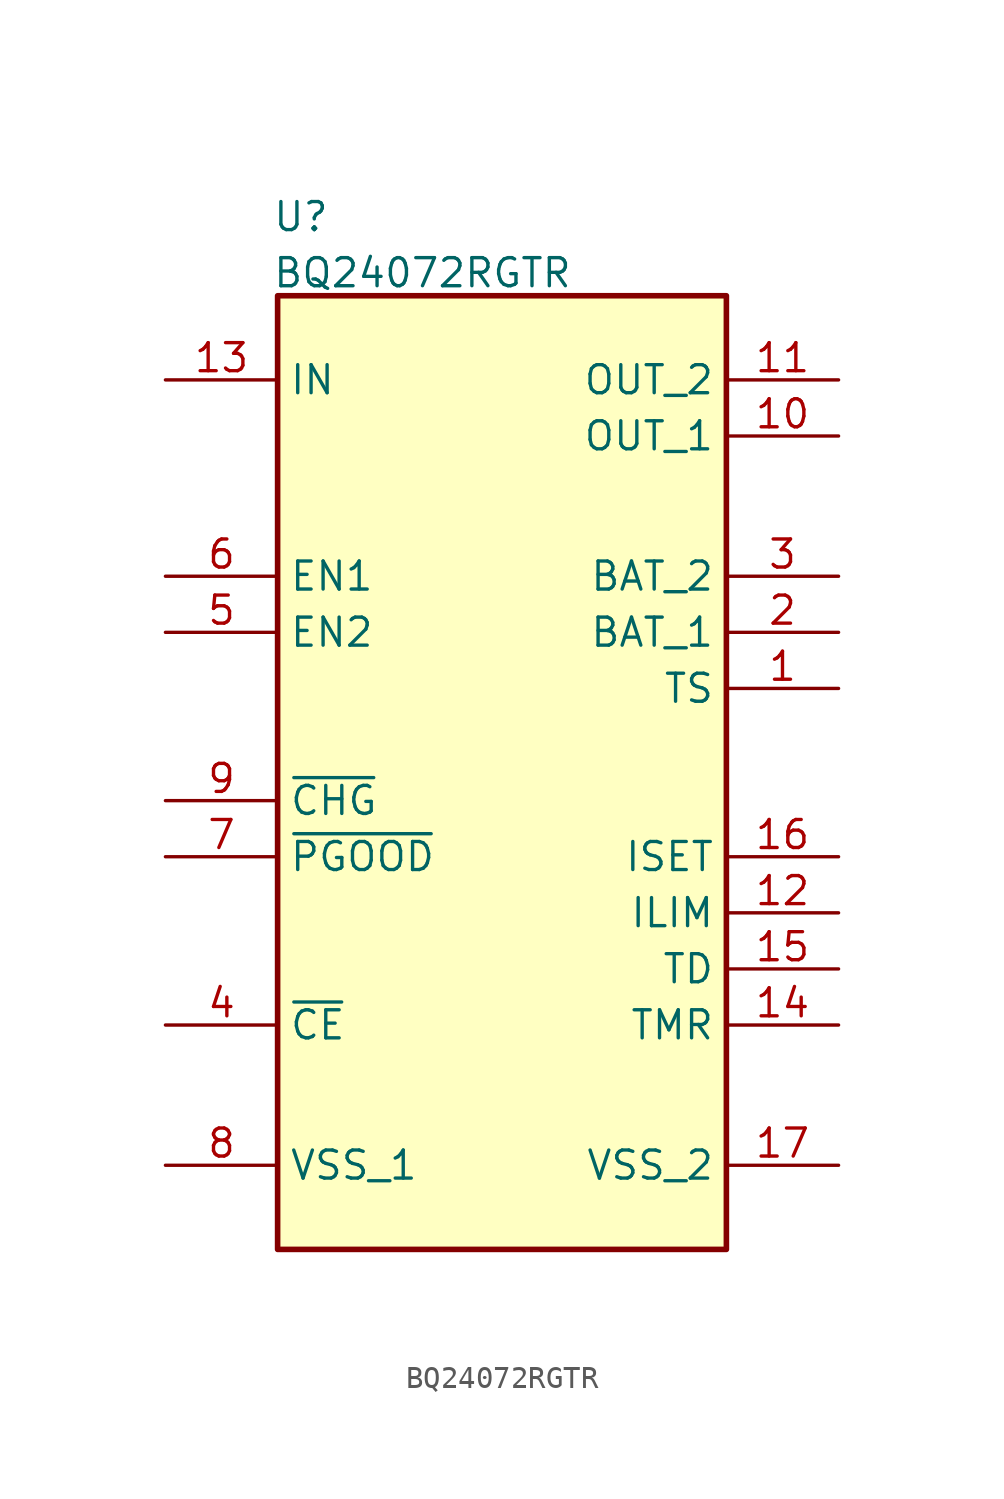
<source format=kicad_sym>
(kicad_symbol_lib
  (version 20231120)
  (generator "kicad_symbol_editor")
  (generator_version "8.0")
  (symbol "BQ24072RGTR"
    (property "Reference" "U"
      (at 4.826 17.018 0)
      (effects (font (size 1.27 1.27)) (justify left top)))
    (property "Value" "BQ24072RGTR"
      (at 4.826 14.478 0)
      (effects (font (size 1.27 1.27)) (justify left top)))
    (symbol "BQ24072RGTR_1_1"
      (rectangle (start 5.08 12.7) (end 25.4 -30.48) (stroke (width 0.254) (type default)) (fill (type background)))
      (pin passive line (at 30.48 -5.08 180) (length 5.08) (name "TS" (effects (font (size 1.27 1.27)))) (number "1" (effects (font (size 1.27 1.27)))))
      (pin passive line (at 30.48 6.35 180) (length 5.08) (name "OUT_1" (effects (font (size 1.27 1.27)))) (number "10" (effects (font (size 1.27 1.27)))))
      (pin passive line (at 30.48 8.89 180) (length 5.08) (name "OUT_2" (effects (font (size 1.27 1.27)))) (number "11" (effects (font (size 1.27 1.27)))))
      (pin passive line (at 30.48 -15.24 180) (length 5.08) (name "ILIM" (effects (font (size 1.27 1.27)))) (number "12" (effects (font (size 1.27 1.27)))))
      (pin passive line (at 0 8.89 0) (length 5.08) (name "IN" (effects (font (size 1.27 1.27)))) (number "13" (effects (font (size 1.27 1.27)))))
      (pin passive line (at 30.48 -20.32 180) (length 5.08) (name "TMR" (effects (font (size 1.27 1.27)))) (number "14" (effects (font (size 1.27 1.27)))))
      (pin passive line (at 30.48 -17.78 180) (length 5.08) (name "TD" (effects (font (size 1.27 1.27)))) (number "15" (effects (font (size 1.27 1.27)))))
      (pin passive line (at 30.48 -12.7 180) (length 5.08) (name "ISET" (effects (font (size 1.27 1.27)))) (number "16" (effects (font (size 1.27 1.27)))))
      (pin passive line (at 30.48 -26.67 180) (length 5.08) (name "VSS_2" (effects (font (size 1.27 1.27)))) (number "17" (effects (font (size 1.27 1.27)))))
      (pin passive line (at 30.48 -2.54 180) (length 5.08) (name "BAT_1" (effects (font (size 1.27 1.27)))) (number "2" (effects (font (size 1.27 1.27)))))
      (pin passive line (at 30.48 0 180) (length 5.08) (name "BAT_2" (effects (font (size 1.27 1.27)))) (number "3" (effects (font (size 1.27 1.27)))))
      (pin passive line (at 0 -20.32 0) (length 5.08) (name "~{CE}" (effects (font (size 1.27 1.27)))) (number "4" (effects (font (size 1.27 1.27)))))
      (pin passive line (at 0 -2.54 0) (length 5.08) (name "EN2" (effects (font (size 1.27 1.27)))) (number "5" (effects (font (size 1.27 1.27)))))
      (pin passive line (at 0 0 0) (length 5.08) (name "EN1" (effects (font (size 1.27 1.27)))) (number "6" (effects (font (size 1.27 1.27)))))
      (pin passive line (at 0 -12.7 0) (length 5.08) (name "~{PGOOD}" (effects (font (size 1.27 1.27)))) (number "7" (effects (font (size 1.27 1.27)))))
      (pin passive line (at 0 -26.67 0) (length 5.08) (name "VSS_1" (effects (font (size 1.27 1.27)))) (number "8" (effects (font (size 1.27 1.27)))))
      (pin passive line (at 0 -10.16 0) (length 5.08) (name "~{CHG}" (effects (font (size 1.27 1.27)))) (number "9" (effects (font (size 1.27 1.27))))))))
</source>
